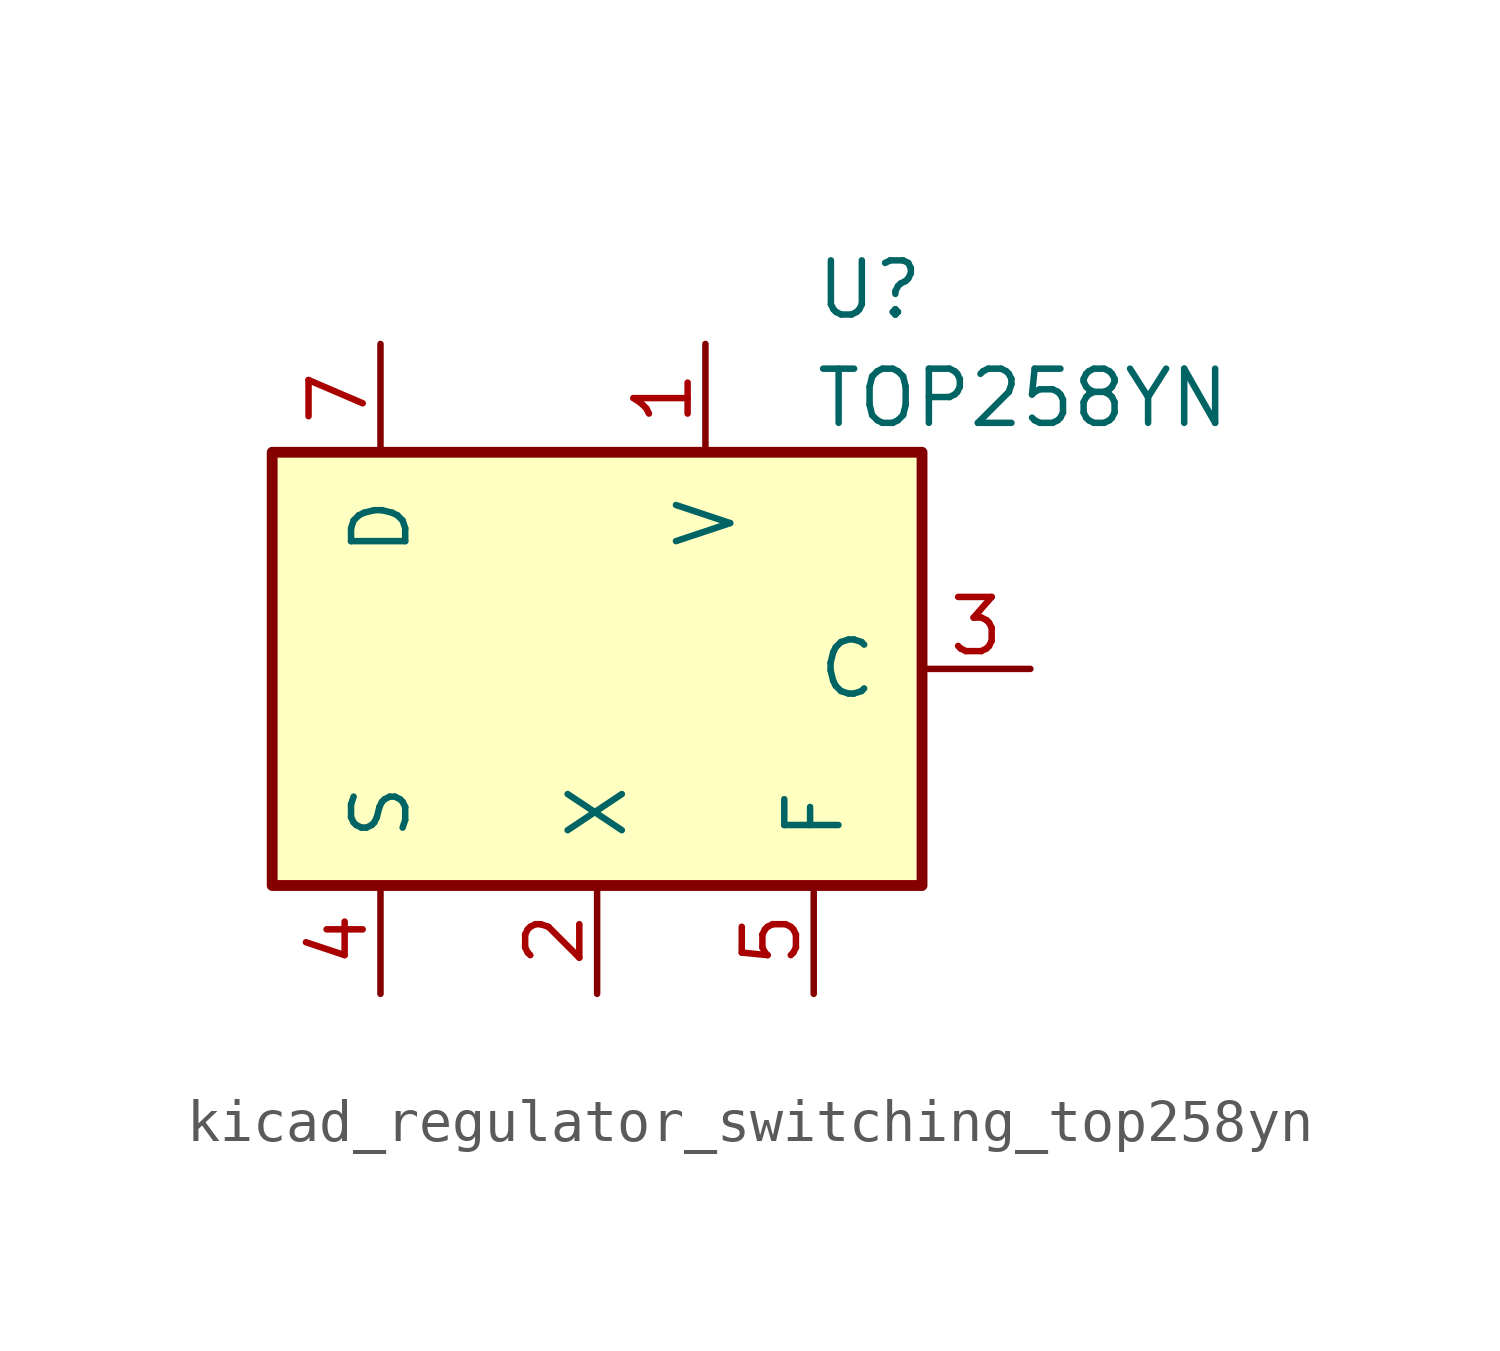
<source format=kicad_sym>
(kicad_symbol_lib
  (version 20220914)
  (generator kicad_symbol_editor)
  (symbol "kicad_regulator_switching_top258yn"
    (pin_names
      (offset 1.016))
    (property "Reference" "U"
      (at 5.08 8.89 0)
      (effects (font (size 1.27 1.27)) (justify left)))
    (property "Value" "TOP258YN"
      (at 5.08 6.35 0)
      (effects (font (size 1.27 1.27)) (justify left)))
    (symbol "kicad_regulator_switching_top258yn_0_1"
      (rectangle (start -7.62 5.08) (end 7.62 -5.08) (stroke (width 0.254) (type default)) (fill (type background))))
    (symbol "kicad_regulator_switching_top258yn_1_1"
      (pin input line (at 2.54 7.62 270) (length 2.54) (name "V" (effects (font (size 1.27 1.27)))) (number "1" (effects (font (size 1.27 1.27)))))
      (pin input line (at 0 -7.62 90) (length 2.54) (name "X" (effects (font (size 1.27 1.27)))) (number "2" (effects (font (size 1.27 1.27)))))
      (pin input line (at 10.16 0 180) (length 2.54) (name "C" (effects (font (size 1.27 1.27)))) (number "3" (effects (font (size 1.27 1.27)))))
      (pin power_in line (at -5.08 -7.62 90) (length 2.54) (name "S" (effects (font (size 1.27 1.27)))) (number "4" (effects (font (size 1.27 1.27)))))
      (pin passive line (at 5.08 -7.62 90) (length 2.54) (name "F" (effects (font (size 1.27 1.27)))) (number "5" (effects (font (size 1.27 1.27)))))
      (pin open_collector line (at -5.08 7.62 270) (length 2.54) (name "D" (effects (font (size 1.27 1.27)))) (number "7" (effects (font (size 1.27 1.27))))))))
</source>
